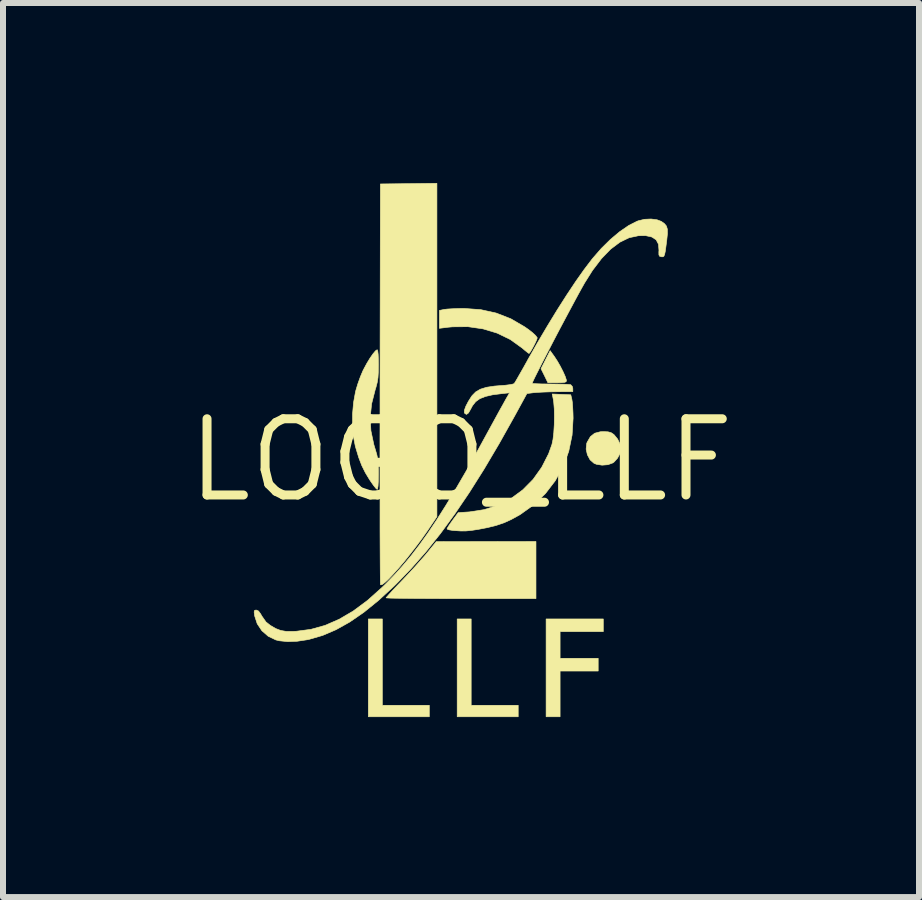
<source format=kicad_pcb>
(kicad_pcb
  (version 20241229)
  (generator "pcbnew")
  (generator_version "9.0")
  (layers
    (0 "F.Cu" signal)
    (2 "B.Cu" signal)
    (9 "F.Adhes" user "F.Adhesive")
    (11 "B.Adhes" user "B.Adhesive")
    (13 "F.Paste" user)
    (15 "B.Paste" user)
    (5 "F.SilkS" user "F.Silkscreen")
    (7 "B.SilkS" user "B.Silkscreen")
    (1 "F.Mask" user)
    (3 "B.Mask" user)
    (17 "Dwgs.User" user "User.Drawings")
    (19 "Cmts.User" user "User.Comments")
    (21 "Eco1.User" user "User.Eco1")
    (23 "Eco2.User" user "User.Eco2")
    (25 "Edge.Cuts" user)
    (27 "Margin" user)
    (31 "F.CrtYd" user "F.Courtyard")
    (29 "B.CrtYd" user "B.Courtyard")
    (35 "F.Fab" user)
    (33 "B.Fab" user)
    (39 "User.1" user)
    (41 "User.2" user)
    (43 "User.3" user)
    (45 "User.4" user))
  (footprint "LOGO_LLF"
    (layer "F.Cu")
    (at 4.634 4.62)
    (property "Reference" "LOGO_LLF" (at 0 0 0) (layer "F.SilkS") (effects (font (size 1.27 1.27) (thickness 0.15))))
    (attr through_hole)
    (fp_poly (pts (xy -1.312 4.085) (xy -0.529 4.085) (xy -0.529 4.276) (xy -1.545 4.276) (xy -1.545 2.646) (xy -1.312 2.646) (xy -1.312 4.085)) (stroke (width 0.01) (type solid)) (fill yes) (layer "F.SilkS"))
    (fp_poly (pts (xy 0.169 4.085) (xy 0.953 4.085) (xy 0.953 4.276) (xy -0.064 4.276) (xy -0.064 2.646) (xy 0.169 2.646) (xy 0.169 4.085)) (stroke (width 0.01) (type solid)) (fill yes) (layer "F.SilkS"))
    (fp_poly (pts (xy 2.371 2.857) (xy 1.651 2.857) (xy 1.651 3.302) (xy 2.286 3.302) (xy 2.286 3.514) (xy 1.651 3.514) (xy 1.651 4.276) (xy 1.418 4.276) (xy 1.418 2.646) (xy 2.371 2.646) (xy 2.371 2.857)) (stroke (width 0.01) (type solid)) (fill yes) (layer "F.SilkS"))
    (fp_poly (pts (xy 1.559 -1.723) (xy 1.607 -1.649) (xy 1.656 -1.563) (xy 1.7 -1.477) (xy 1.735 -1.399) (xy 1.754 -1.342) (xy 1.757 -1.325) (xy 1.75 -1.307) (xy 1.724 -1.297) (xy 1.67 -1.292) (xy 1.602 -1.291) (xy 1.448 -1.291) (xy 1.391 -1.408) (xy 1.333 -1.525) (xy 1.409 -1.676) (xy 1.485 -1.826) (xy 1.559 -1.723)) (stroke (width 0.01) (type solid)) (fill yes) (layer "F.SilkS"))
    (fp_poly (pts (xy 1.249 2.307) (xy 0 2.307) (xy -0.226 2.307) (xy -0.438 2.306) (xy -0.634 2.305) (xy -0.809 2.304) (xy -0.96 2.302) (xy -1.083 2.301) (xy -1.175 2.299) (xy -1.231 2.296) (xy -1.249 2.294) (xy -1.235 2.276) (xy -1.196 2.232) (xy -1.137 2.167) (xy -1.062 2.088) (xy -0.979 2.001) (xy -0.879 1.896) (xy -0.776 1.785) (xy -0.681 1.678) (xy -0.6 1.586) (xy -0.561 1.539) (xy -0.413 1.357) (xy 0.418 1.356) (xy 1.249 1.355) (xy 1.249 2.307)) (stroke (width 0.01) (type solid)) (fill yes) (layer "F.SilkS"))
    (fp_poly (pts (xy 2.449 -0.473) (xy 2.501 -0.459) (xy 2.543 -0.431) (xy 2.552 -0.423) (xy 2.61 -0.352) (xy 2.651 -0.268) (xy 2.667 -0.189) (xy 2.651 -0.113) (xy 2.608 -0.033) (xy 2.551 0.03) (xy 2.531 0.045) (xy 2.449 0.075) (xy 2.351 0.083) (xy 2.257 0.068) (xy 2.217 0.052) (xy 2.151 -0.006) (xy 2.106 -0.09) (xy 2.085 -0.184) (xy 2.094 -0.277) (xy 2.102 -0.299) (xy 2.156 -0.392) (xy 2.227 -0.449) (xy 2.322 -0.474) (xy 2.371 -0.476) (xy 2.449 -0.473)) (stroke (width 0.01) (type solid)) (fill yes) (layer "F.SilkS"))
    (fp_poly (pts (xy -0.402 -1.837) (xy -0.402 0.942) (xy -0.559 1.175) (xy -0.648 1.302) (xy -0.744 1.431) (xy -0.843 1.559) (xy -0.941 1.682) (xy -1.036 1.794) (xy -1.125 1.894) (xy -1.202 1.976) (xy -1.266 2.036) (xy -1.313 2.072) (xy -1.339 2.078) (xy -1.342 2.074) (xy -1.344 2.05) (xy -1.345 1.986) (xy -1.346 1.883) (xy -1.347 1.746) (xy -1.348 1.575) (xy -1.349 1.373) (xy -1.35 1.143) (xy -1.35 0.886) (xy -1.35 0.606) (xy -1.351 0.303) (xy -1.351 -0.018) (xy -1.351 -0.357) (xy -1.35 -0.711) (xy -1.35 -1.077) (xy -1.35 -1.281) (xy -1.344 -4.604) (xy -0.873 -4.609) (xy -0.402 -4.615) (xy -0.402 -1.837)) (stroke (width 0.01) (type solid)) (fill yes) (layer "F.SilkS"))
    (fp_poly (pts (xy 0.329 -2.509) (xy 0.587 -2.452) (xy 0.83 -2.357) (xy 1.063 -2.221) (xy 1.127 -2.176) (xy 1.193 -2.124) (xy 1.243 -2.077) (xy 1.268 -2.044) (xy 1.27 -2.038) (xy 1.261 -2.008) (xy 1.238 -1.957) (xy 1.207 -1.896) (xy 1.175 -1.838) (xy 1.148 -1.795) (xy 1.133 -1.778) (xy 1.114 -1.791) (xy 1.072 -1.824) (xy 1.017 -1.871) (xy 1.014 -1.873) (xy 0.82 -2.012) (xy 0.602 -2.118) (xy 0.366 -2.189) (xy 0.116 -2.225) (xy -0.141 -2.223) (xy -0.217 -2.216) (xy -0.36 -2.198) (xy -0.36 -2.496) (xy -0.28 -2.513) (xy -0.228 -2.519) (xy -0.144 -2.524) (xy -0.043 -2.528) (xy 0.053 -2.529) (xy 0.329 -2.509)) (stroke (width 0.01) (type solid)) (fill yes) (layer "F.SilkS"))
    (fp_poly (pts (xy -1.388 -1.821) (xy -1.381 -1.764) (xy -1.377 -1.675) (xy -1.376 -1.593) (xy -1.378 -1.47) (xy -1.384 -1.376) (xy -1.397 -1.295) (xy -1.418 -1.214) (xy -1.429 -1.18) (xy -1.49 -0.941) (xy -1.514 -0.714) (xy -1.502 -0.49) (xy -1.453 -0.259) (xy -1.428 -0.176) (xy -1.404 -0.094) (xy -1.388 -0.018) (xy -1.38 0.066) (xy -1.376 0.172) (xy -1.376 0.236) (xy -1.378 0.349) (xy -1.383 0.431) (xy -1.391 0.478) (xy -1.397 0.487) (xy -1.418 0.47) (xy -1.454 0.426) (xy -1.5 0.361) (xy -1.523 0.327) (xy -1.595 0.208) (xy -1.654 0.089) (xy -1.705 -0.044) (xy -1.754 -0.205) (xy -1.762 -0.233) (xy -1.793 -0.391) (xy -1.808 -0.574) (xy -1.808 -0.769) (xy -1.791 -0.962) (xy -1.759 -1.138) (xy -1.752 -1.166) (xy -1.719 -1.275) (xy -1.678 -1.389) (xy -1.636 -1.489) (xy -1.623 -1.515) (xy -1.571 -1.612) (xy -1.517 -1.701) (xy -1.467 -1.773) (xy -1.425 -1.823) (xy -1.398 -1.841) (xy -1.397 -1.841) (xy -1.388 -1.821)) (stroke (width 0.01) (type solid)) (fill yes) (layer "F.SilkS"))
    (fp_poly (pts (xy 1.829 -1.09) (xy 1.847 -1.016) (xy 1.855 -0.965) (xy 1.861 -0.883) (xy 1.866 -0.784) (xy 1.868 -0.699) (xy 1.851 -0.417) (xy 1.795 -0.147) (xy 1.701 0.106) (xy 1.571 0.342) (xy 1.407 0.556) (xy 1.211 0.745) (xy 0.984 0.907) (xy 0.836 0.989) (xy 0.717 1.043) (xy 0.59 1.086) (xy 0.443 1.123) (xy 0.288 1.153) (xy 0.177 1.17) (xy 0.087 1.179) (xy -0.001 1.18) (xy -0.107 1.173) (xy -0.143 1.17) (xy -0.198 1.161) (xy -0.23 1.149) (xy -0.233 1.144) (xy -0.221 1.12) (xy -0.19 1.071) (xy -0.146 1.009) (xy -0.14 1) (xy -0.047 0.874) (xy 0.14 0.862) (xy 0.386 0.824) (xy 0.618 0.749) (xy 0.834 0.638) (xy 1.029 0.494) (xy 1.201 0.32) (xy 1.345 0.118) (xy 1.46 -0.108) (xy 1.516 -0.265) (xy 1.533 -0.347) (xy 1.546 -0.46) (xy 1.554 -0.591) (xy 1.556 -0.726) (xy 1.554 -0.855) (xy 1.545 -0.965) (xy 1.538 -1.012) (xy 1.52 -1.103) (xy 1.829 -1.09)) (stroke (width 0.01) (type solid)) (fill yes) (layer "F.SilkS"))
    (fp_poly (pts (xy 3.267 -4.007) (xy 3.338 -3.98) (xy 3.39 -3.943) (xy 3.423 -3.903) (xy 3.439 -3.85) (xy 3.44 -3.775) (xy 3.429 -3.668) (xy 3.429 -3.667) (xy 3.414 -3.553) (xy 3.403 -3.475) (xy 3.392 -3.426) (xy 3.38 -3.399) (xy 3.364 -3.39) (xy 3.343 -3.39) (xy 3.338 -3.391) (xy 3.31 -3.399) (xy 3.298 -3.422) (xy 3.297 -3.47) (xy 3.299 -3.499) (xy 3.291 -3.599) (xy 3.252 -3.673) (xy 3.18 -3.72) (xy 3.076 -3.743) (xy 2.955 -3.741) (xy 2.801 -3.708) (xy 2.647 -3.633) (xy 2.493 -3.517) (xy 2.341 -3.36) (xy 2.191 -3.163) (xy 2.059 -2.953) (xy 2.014 -2.873) (xy 1.956 -2.768) (xy 1.889 -2.644) (xy 1.814 -2.504) (xy 1.734 -2.354) (xy 1.651 -2.198) (xy 1.568 -2.04) (xy 1.488 -1.886) (xy 1.412 -1.739) (xy 1.343 -1.605) (xy 1.284 -1.488) (xy 1.236 -1.393) (xy 1.203 -1.324) (xy 1.187 -1.286) (xy 1.185 -1.281) (xy 1.205 -1.277) (xy 1.26 -1.274) (xy 1.342 -1.271) (xy 1.444 -1.27) (xy 1.491 -1.27) (xy 1.602 -1.269) (xy 1.7 -1.267) (xy 1.777 -1.263) (xy 1.822 -1.259) (xy 1.829 -1.257) (xy 1.855 -1.228) (xy 1.863 -1.194) (xy 1.863 -1.143) (xy 1.593 -1.141) (xy 1.478 -1.139) (xy 1.367 -1.135) (xy 1.272 -1.13) (xy 1.21 -1.125) (xy 1.098 -1.111) (xy 0.896 -0.741) (xy 0.636 -0.277) (xy 0.384 0.149) (xy 0.138 0.539) (xy -0.104 0.896) (xy -0.344 1.224) (xy -0.585 1.526) (xy -0.829 1.803) (xy -1.077 2.06) (xy -1.124 2.106) (xy -1.38 2.341) (xy -1.622 2.537) (xy -1.856 2.698) (xy -2.083 2.825) (xy -2.307 2.921) (xy -2.531 2.986) (xy -2.566 2.993) (xy -2.732 3.018) (xy -2.89 3.024) (xy -3.027 3.01) (xy -3.086 2.996) (xy -3.213 2.935) (xy -3.319 2.843) (xy -3.397 2.726) (xy -3.44 2.594) (xy -3.441 2.588) (xy -3.448 2.531) (xy -3.442 2.505) (xy -3.42 2.498) (xy -3.412 2.498) (xy -3.375 2.514) (xy -3.338 2.565) (xy -3.322 2.595) (xy -3.251 2.696) (xy -3.179 2.753) (xy -3.089 2.806) (xy -3.006 2.838) (xy -2.918 2.853) (xy -2.809 2.854) (xy -2.743 2.851) (xy -2.501 2.819) (xy -2.265 2.753) (xy -2.031 2.651) (xy -1.797 2.514) (xy -1.56 2.338) (xy -1.318 2.122) (xy -1.258 2.064) (xy -1.113 1.915) (xy -0.972 1.758) (xy -0.832 1.591) (xy -0.693 1.41) (xy -0.551 1.212) (xy -0.405 0.994) (xy -0.252 0.752) (xy -0.09 0.484) (xy 0.083 0.186) (xy 0.269 -0.145) (xy 0.433 -0.445) (xy 0.508 -0.582) (xy 0.579 -0.712) (xy 0.643 -0.829) (xy 0.697 -0.925) (xy 0.736 -0.996) (xy 0.756 -1.032) (xy 0.809 -1.123) (xy 0.685 -1.11) (xy 0.527 -1.09) (xy 0.406 -1.062) (xy 0.313 -1.025) (xy 0.244 -0.975) (xy 0.191 -0.908) (xy 0.159 -0.848) (xy 0.124 -0.787) (xy 0.091 -0.763) (xy 0.064 -0.778) (xy 0.055 -0.795) (xy 0.057 -0.836) (xy 0.081 -0.901) (xy 0.121 -0.978) (xy 0.172 -1.059) (xy 0.185 -1.077) (xy 0.245 -1.138) (xy 0.322 -1.183) (xy 0.424 -1.215) (xy 0.557 -1.235) (xy 0.644 -1.242) (xy 0.738 -1.249) (xy 0.816 -1.259) (xy 0.87 -1.27) (xy 0.887 -1.279) (xy 0.903 -1.303) (xy 0.936 -1.359) (xy 0.982 -1.44) (xy 1.039 -1.54) (xy 1.102 -1.653) (xy 1.112 -1.672) (xy 1.275 -1.959) (xy 1.44 -2.238) (xy 1.603 -2.505) (xy 1.762 -2.754) (xy 1.913 -2.981) (xy 2.053 -3.179) (xy 2.179 -3.345) (xy 2.19 -3.359) (xy 2.337 -3.528) (xy 2.49 -3.679) (xy 2.645 -3.809) (xy 2.795 -3.912) (xy 2.933 -3.982) (xy 2.958 -3.991) (xy 3.059 -4.015) (xy 3.167 -4.02) (xy 3.267 -4.007)) (stroke (width 0.01) (type solid)) (fill yes) (layer "F.SilkS")))
  (gr_rect
    (start -3 -3)
    (end 12.267 11.901)
    (stroke (width 0.1) (type default))
    (fill no)
    (layer "Edge.Cuts")))
</source>
